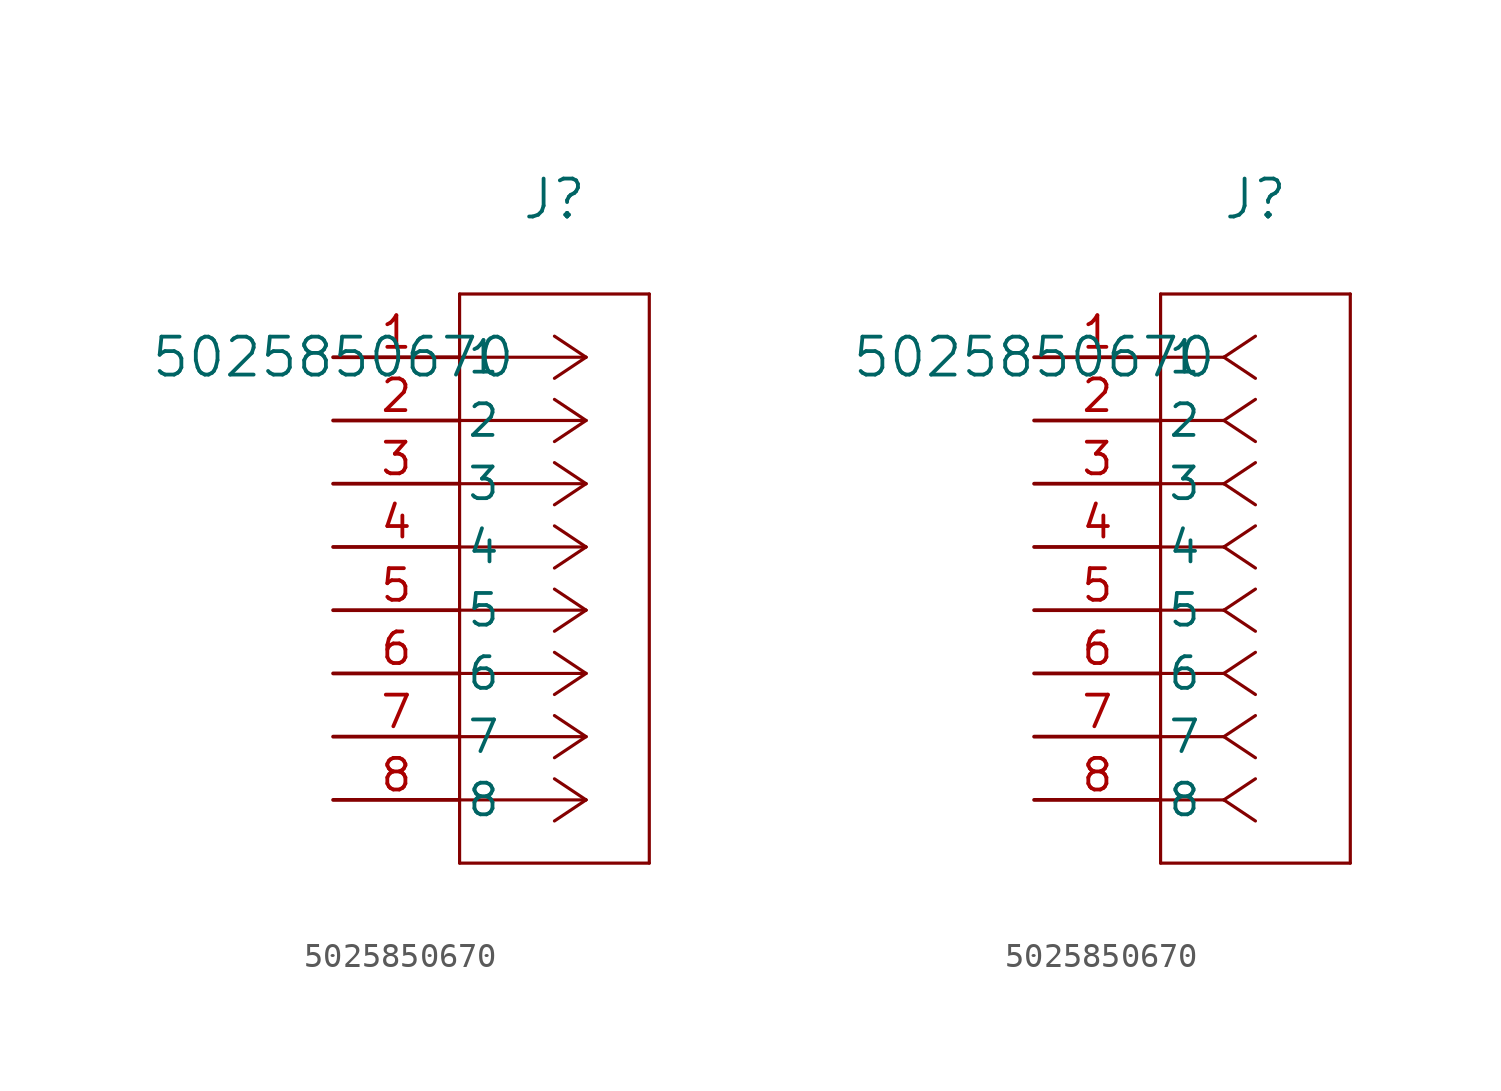
<source format=kicad_sym>
(kicad_symbol_lib
  (version 20211014)
  (generator kicad_symbol_editor)
  (symbol "5025850670"
    (pin_names
      (offset 0.254))
    (property "Reference" "J"
      (at 8.89 6.35 0)
      (effects (font (size 1.524 1.524))))
    (property "Value" "5025850670"
      (at 0 0 0)
      (effects (font (size 1.524 1.524))))
    (symbol "5025850670_1_1"
      (polyline (pts (xy 10.16 0) (xy 5.08 0)) (stroke (width 0.127) (type default) (color 0 0 0 0)) (fill (type none)))
      (polyline (pts (xy 10.16 -2.54) (xy 5.08 -2.54)) (stroke (width 0.127) (type default) (color 0 0 0 0)) (fill (type none)))
      (polyline (pts (xy 10.16 -5.08) (xy 5.08 -5.08)) (stroke (width 0.127) (type default) (color 0 0 0 0)) (fill (type none)))
      (polyline (pts (xy 10.16 -7.62) (xy 5.08 -7.62)) (stroke (width 0.127) (type default) (color 0 0 0 0)) (fill (type none)))
      (polyline (pts (xy 10.16 -10.16) (xy 5.08 -10.16)) (stroke (width 0.127) (type default) (color 0 0 0 0)) (fill (type none)))
      (polyline (pts (xy 10.16 -12.7) (xy 5.08 -12.7)) (stroke (width 0.127) (type default) (color 0 0 0 0)) (fill (type none)))
      (polyline (pts (xy 10.16 -15.24) (xy 5.08 -15.24)) (stroke (width 0.127) (type default) (color 0 0 0 0)) (fill (type none)))
      (polyline (pts (xy 10.16 -17.78) (xy 5.08 -17.78)) (stroke (width 0.127) (type default) (color 0 0 0 0)) (fill (type none)))
      (polyline (pts (xy 10.16 0) (xy 8.89 0.847)) (stroke (width 0.127) (type default) (color 0 0 0 0)) (fill (type none)))
      (polyline (pts (xy 10.16 -2.54) (xy 8.89 -1.693)) (stroke (width 0.127) (type default) (color 0 0 0 0)) (fill (type none)))
      (polyline (pts (xy 10.16 -5.08) (xy 8.89 -4.233)) (stroke (width 0.127) (type default) (color 0 0 0 0)) (fill (type none)))
      (polyline (pts (xy 10.16 -7.62) (xy 8.89 -6.773)) (stroke (width 0.127) (type default) (color 0 0 0 0)) (fill (type none)))
      (polyline (pts (xy 10.16 -10.16) (xy 8.89 -9.313)) (stroke (width 0.127) (type default) (color 0 0 0 0)) (fill (type none)))
      (polyline (pts (xy 10.16 -12.7) (xy 8.89 -11.853)) (stroke (width 0.127) (type default) (color 0 0 0 0)) (fill (type none)))
      (polyline (pts (xy 10.16 -15.24) (xy 8.89 -14.393)) (stroke (width 0.127) (type default) (color 0 0 0 0)) (fill (type none)))
      (polyline (pts (xy 10.16 -17.78) (xy 8.89 -16.933)) (stroke (width 0.127) (type default) (color 0 0 0 0)) (fill (type none)))
      (polyline (pts (xy 10.16 0) (xy 8.89 -0.847)) (stroke (width 0.127) (type default) (color 0 0 0 0)) (fill (type none)))
      (polyline (pts (xy 10.16 -2.54) (xy 8.89 -3.387)) (stroke (width 0.127) (type default) (color 0 0 0 0)) (fill (type none)))
      (polyline (pts (xy 10.16 -5.08) (xy 8.89 -5.927)) (stroke (width 0.127) (type default) (color 0 0 0 0)) (fill (type none)))
      (polyline (pts (xy 10.16 -7.62) (xy 8.89 -8.467)) (stroke (width 0.127) (type default) (color 0 0 0 0)) (fill (type none)))
      (polyline (pts (xy 10.16 -10.16) (xy 8.89 -11.007)) (stroke (width 0.127) (type default) (color 0 0 0 0)) (fill (type none)))
      (polyline (pts (xy 10.16 -12.7) (xy 8.89 -13.547)) (stroke (width 0.127) (type default) (color 0 0 0 0)) (fill (type none)))
      (polyline (pts (xy 10.16 -15.24) (xy 8.89 -16.087)) (stroke (width 0.127) (type default) (color 0 0 0 0)) (fill (type none)))
      (polyline (pts (xy 10.16 -17.78) (xy 8.89 -18.627)) (stroke (width 0.127) (type default) (color 0 0 0 0)) (fill (type none)))
      (polyline (pts (xy 5.08 2.54) (xy 5.08 -20.32)) (stroke (width 0.127) (type default) (color 0 0 0 0)) (fill (type none)))
      (polyline (pts (xy 5.08 -20.32) (xy 12.7 -20.32)) (stroke (width 0.127) (type default) (color 0 0 0 0)) (fill (type none)))
      (polyline (pts (xy 12.7 -20.32) (xy 12.7 2.54)) (stroke (width 0.127) (type default) (color 0 0 0 0)) (fill (type none)))
      (polyline (pts (xy 12.7 2.54) (xy 5.08 2.54)) (stroke (width 0.127) (type default) (color 0 0 0 0)) (fill (type none)))
      (pin unspecified line (at 0 0 0) (length 5.08) (name "1" (effects (font (size 1.27 1.27)))) (number "1" (effects (font (size 1.27 1.27)))))
      (pin unspecified line (at 0 -2.54 0) (length 5.08) (name "2" (effects (font (size 1.27 1.27)))) (number "2" (effects (font (size 1.27 1.27)))))
      (pin unspecified line (at 0 -5.08 0) (length 5.08) (name "3" (effects (font (size 1.27 1.27)))) (number "3" (effects (font (size 1.27 1.27)))))
      (pin unspecified line (at 0 -7.62 0) (length 5.08) (name "4" (effects (font (size 1.27 1.27)))) (number "4" (effects (font (size 1.27 1.27)))))
      (pin unspecified line (at 0 -10.16 0) (length 5.08) (name "5" (effects (font (size 1.27 1.27)))) (number "5" (effects (font (size 1.27 1.27)))))
      (pin unspecified line (at 0 -12.7 0) (length 5.08) (name "6" (effects (font (size 1.27 1.27)))) (number "6" (effects (font (size 1.27 1.27)))))
      (pin unspecified line (at 0 -15.24 0) (length 5.08) (name "7" (effects (font (size 1.27 1.27)))) (number "7" (effects (font (size 1.27 1.27)))))
      (pin unspecified line (at 0 -17.78 0) (length 5.08) (name "8" (effects (font (size 1.27 1.27)))) (number "8" (effects (font (size 1.27 1.27))))))
    (symbol "5025850670_1_2"
      (polyline (pts (xy 7.62 0) (xy 5.08 0)) (stroke (width 0.127) (type default) (color 0 0 0 0)) (fill (type none)))
      (polyline (pts (xy 7.62 -2.54) (xy 5.08 -2.54)) (stroke (width 0.127) (type default) (color 0 0 0 0)) (fill (type none)))
      (polyline (pts (xy 7.62 -5.08) (xy 5.08 -5.08)) (stroke (width 0.127) (type default) (color 0 0 0 0)) (fill (type none)))
      (polyline (pts (xy 7.62 -7.62) (xy 5.08 -7.62)) (stroke (width 0.127) (type default) (color 0 0 0 0)) (fill (type none)))
      (polyline (pts (xy 7.62 -10.16) (xy 5.08 -10.16)) (stroke (width 0.127) (type default) (color 0 0 0 0)) (fill (type none)))
      (polyline (pts (xy 7.62 -12.7) (xy 5.08 -12.7)) (stroke (width 0.127) (type default) (color 0 0 0 0)) (fill (type none)))
      (polyline (pts (xy 7.62 -15.24) (xy 5.08 -15.24)) (stroke (width 0.127) (type default) (color 0 0 0 0)) (fill (type none)))
      (polyline (pts (xy 7.62 -17.78) (xy 5.08 -17.78)) (stroke (width 0.127) (type default) (color 0 0 0 0)) (fill (type none)))
      (polyline (pts (xy 7.62 0) (xy 8.89 0.847)) (stroke (width 0.127) (type default) (color 0 0 0 0)) (fill (type none)))
      (polyline (pts (xy 7.62 -2.54) (xy 8.89 -1.693)) (stroke (width 0.127) (type default) (color 0 0 0 0)) (fill (type none)))
      (polyline (pts (xy 7.62 -5.08) (xy 8.89 -4.233)) (stroke (width 0.127) (type default) (color 0 0 0 0)) (fill (type none)))
      (polyline (pts (xy 7.62 -7.62) (xy 8.89 -6.773)) (stroke (width 0.127) (type default) (color 0 0 0 0)) (fill (type none)))
      (polyline (pts (xy 7.62 -10.16) (xy 8.89 -9.313)) (stroke (width 0.127) (type default) (color 0 0 0 0)) (fill (type none)))
      (polyline (pts (xy 7.62 -12.7) (xy 8.89 -11.853)) (stroke (width 0.127) (type default) (color 0 0 0 0)) (fill (type none)))
      (polyline (pts (xy 7.62 -15.24) (xy 8.89 -14.393)) (stroke (width 0.127) (type default) (color 0 0 0 0)) (fill (type none)))
      (polyline (pts (xy 7.62 -17.78) (xy 8.89 -16.933)) (stroke (width 0.127) (type default) (color 0 0 0 0)) (fill (type none)))
      (polyline (pts (xy 7.62 0) (xy 8.89 -0.847)) (stroke (width 0.127) (type default) (color 0 0 0 0)) (fill (type none)))
      (polyline (pts (xy 7.62 -2.54) (xy 8.89 -3.387)) (stroke (width 0.127) (type default) (color 0 0 0 0)) (fill (type none)))
      (polyline (pts (xy 7.62 -5.08) (xy 8.89 -5.927)) (stroke (width 0.127) (type default) (color 0 0 0 0)) (fill (type none)))
      (polyline (pts (xy 7.62 -7.62) (xy 8.89 -8.467)) (stroke (width 0.127) (type default) (color 0 0 0 0)) (fill (type none)))
      (polyline (pts (xy 7.62 -10.16) (xy 8.89 -11.007)) (stroke (width 0.127) (type default) (color 0 0 0 0)) (fill (type none)))
      (polyline (pts (xy 7.62 -12.7) (xy 8.89 -13.547)) (stroke (width 0.127) (type default) (color 0 0 0 0)) (fill (type none)))
      (polyline (pts (xy 7.62 -15.24) (xy 8.89 -16.087)) (stroke (width 0.127) (type default) (color 0 0 0 0)) (fill (type none)))
      (polyline (pts (xy 7.62 -17.78) (xy 8.89 -18.627)) (stroke (width 0.127) (type default) (color 0 0 0 0)) (fill (type none)))
      (polyline (pts (xy 5.08 2.54) (xy 5.08 -20.32)) (stroke (width 0.127) (type default) (color 0 0 0 0)) (fill (type none)))
      (polyline (pts (xy 5.08 -20.32) (xy 12.7 -20.32)) (stroke (width 0.127) (type default) (color 0 0 0 0)) (fill (type none)))
      (polyline (pts (xy 12.7 -20.32) (xy 12.7 2.54)) (stroke (width 0.127) (type default) (color 0 0 0 0)) (fill (type none)))
      (polyline (pts (xy 12.7 2.54) (xy 5.08 2.54)) (stroke (width 0.127) (type default) (color 0 0 0 0)) (fill (type none)))
      (pin unspecified line (at 0 0 0) (length 5.08) (name "1" (effects (font (size 1.27 1.27)))) (number "1" (effects (font (size 1.27 1.27)))))
      (pin unspecified line (at 0 -2.54 0) (length 5.08) (name "2" (effects (font (size 1.27 1.27)))) (number "2" (effects (font (size 1.27 1.27)))))
      (pin unspecified line (at 0 -5.08 0) (length 5.08) (name "3" (effects (font (size 1.27 1.27)))) (number "3" (effects (font (size 1.27 1.27)))))
      (pin unspecified line (at 0 -7.62 0) (length 5.08) (name "4" (effects (font (size 1.27 1.27)))) (number "4" (effects (font (size 1.27 1.27)))))
      (pin unspecified line (at 0 -10.16 0) (length 5.08) (name "5" (effects (font (size 1.27 1.27)))) (number "5" (effects (font (size 1.27 1.27)))))
      (pin unspecified line (at 0 -12.7 0) (length 5.08) (name "6" (effects (font (size 1.27 1.27)))) (number "6" (effects (font (size 1.27 1.27)))))
      (pin unspecified line (at 0 -15.24 0) (length 5.08) (name "7" (effects (font (size 1.27 1.27)))) (number "7" (effects (font (size 1.27 1.27)))))
      (pin unspecified line (at 0 -17.78 0) (length 5.08) (name "8" (effects (font (size 1.27 1.27)))) (number "8" (effects (font (size 1.27 1.27))))))))
</source>
